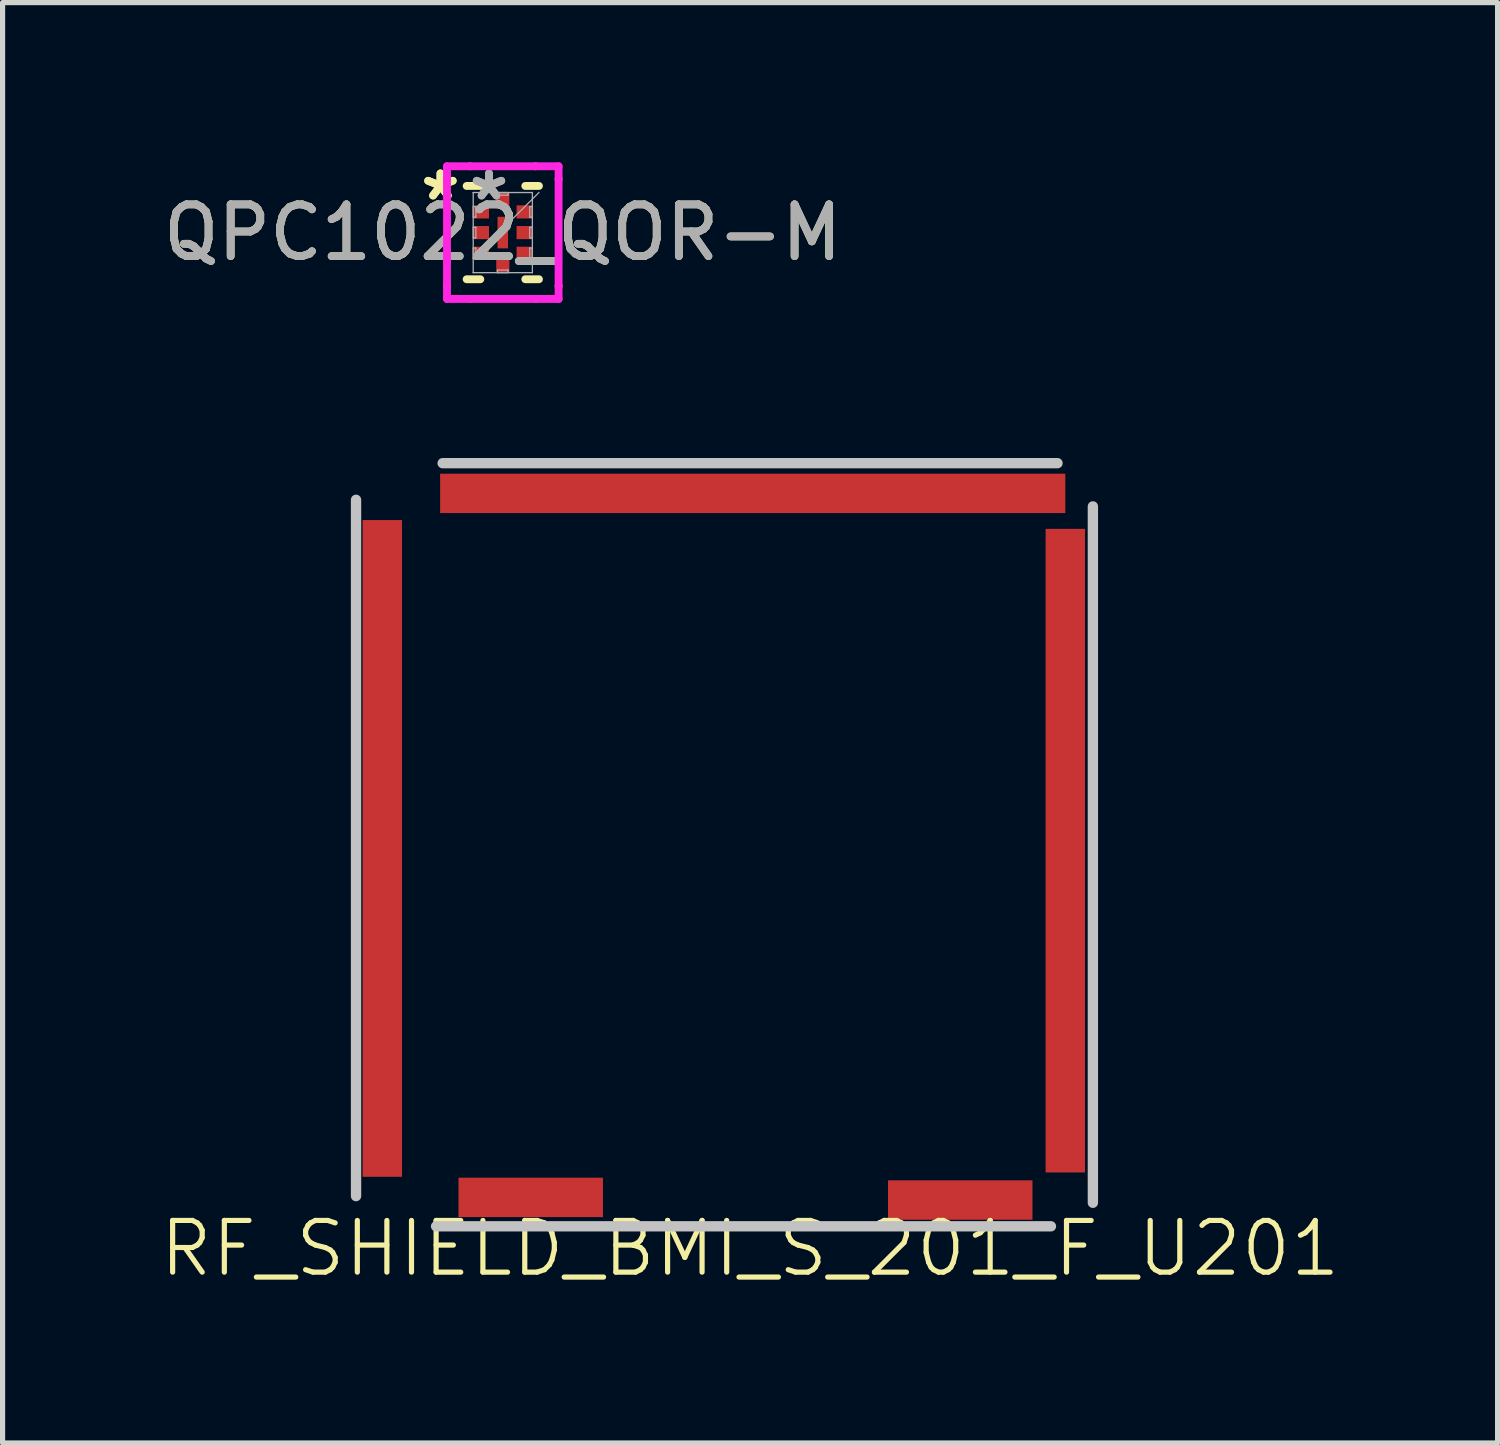
<source format=kicad_pcb>
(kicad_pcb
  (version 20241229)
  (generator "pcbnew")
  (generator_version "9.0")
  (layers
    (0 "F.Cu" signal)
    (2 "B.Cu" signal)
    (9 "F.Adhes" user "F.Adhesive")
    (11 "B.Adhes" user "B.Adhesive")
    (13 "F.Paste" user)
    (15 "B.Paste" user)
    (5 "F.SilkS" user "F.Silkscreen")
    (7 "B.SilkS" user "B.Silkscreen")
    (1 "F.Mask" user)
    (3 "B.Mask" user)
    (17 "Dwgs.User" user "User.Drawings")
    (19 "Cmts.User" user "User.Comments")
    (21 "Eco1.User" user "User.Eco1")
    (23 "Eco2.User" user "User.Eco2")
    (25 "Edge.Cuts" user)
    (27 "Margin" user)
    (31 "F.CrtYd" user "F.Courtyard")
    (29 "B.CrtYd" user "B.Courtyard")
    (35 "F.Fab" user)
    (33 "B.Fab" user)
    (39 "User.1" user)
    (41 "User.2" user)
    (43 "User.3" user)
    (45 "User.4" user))
  (footprint "QPC1022_QOR-M"
    (layer "F.Cu")
    (at 6.673 1.448)
    (property "Reference" "QPC1022_QOR-M" (at 0 0 0) (unlocked yes) (layer "F.SilkS") (effects (font (size 1 1) (thickness 0.15))))
    (attr smd)
    (fp_line (start -0.699 0.902) (end -0.435 0.902) (stroke (width 0.152) (type solid)) (layer "F.SilkS"))
    (fp_line (start -0.435 -0.902) (end -0.699 -0.902) (stroke (width 0.152) (type solid)) (layer "F.SilkS"))
    (fp_line (start 0.435 0.902) (end 0.699 0.902) (stroke (width 0.152) (type solid)) (layer "F.SilkS"))
    (fp_line (start 0.699 -0.902) (end 0.435 -0.902) (stroke (width 0.152) (type solid)) (layer "F.SilkS"))
    (fp_line (start -1.079 -1.283) (end -0.635 -1.283) (stroke (width 0.152) (type solid)) (layer "F.CrtYd"))
    (fp_line (start -1.079 -1.035) (end -1.079 -1.283) (stroke (width 0.152) (type solid)) (layer "F.CrtYd"))
    (fp_line (start -1.079 -1.035) (end -1.079 -1.035) (stroke (width 0.152) (type solid)) (layer "F.CrtYd"))
    (fp_line (start -1.079 1.035) (end -1.079 -1.035) (stroke (width 0.152) (type solid)) (layer "F.CrtYd"))
    (fp_line (start -1.079 1.035) (end -1.079 1.035) (stroke (width 0.152) (type solid)) (layer "F.CrtYd"))
    (fp_line (start -1.079 1.283) (end -1.079 1.035) (stroke (width 0.152) (type solid)) (layer "F.CrtYd"))
    (fp_line (start -0.635 -1.283) (end -0.635 -1.283) (stroke (width 0.152) (type solid)) (layer "F.CrtYd"))
    (fp_line (start -0.635 -1.283) (end 0.635 -1.283) (stroke (width 0.152) (type solid)) (layer "F.CrtYd"))
    (fp_line (start -0.635 1.283) (end -1.079 1.283) (stroke (width 0.152) (type solid)) (layer "F.CrtYd"))
    (fp_line (start -0.635 1.283) (end -0.635 1.283) (stroke (width 0.152) (type solid)) (layer "F.CrtYd"))
    (fp_line (start 0.635 -1.283) (end 0.635 -1.283) (stroke (width 0.152) (type solid)) (layer "F.CrtYd"))
    (fp_line (start 0.635 -1.283) (end 1.079 -1.283) (stroke (width 0.152) (type solid)) (layer "F.CrtYd"))
    (fp_line (start 0.635 1.283) (end -0.635 1.283) (stroke (width 0.152) (type solid)) (layer "F.CrtYd"))
    (fp_line (start 0.635 1.283) (end 0.635 1.283) (stroke (width 0.152) (type solid)) (layer "F.CrtYd"))
    (fp_line (start 1.079 -1.283) (end 1.079 -1.035) (stroke (width 0.152) (type solid)) (layer "F.CrtYd"))
    (fp_line (start 1.079 -1.035) (end 1.079 -1.035) (stroke (width 0.152) (type solid)) (layer "F.CrtYd"))
    (fp_line (start 1.079 -1.035) (end 1.079 1.035) (stroke (width 0.152) (type solid)) (layer "F.CrtYd"))
    (fp_line (start 1.079 1.035) (end 1.079 1.035) (stroke (width 0.152) (type solid)) (layer "F.CrtYd"))
    (fp_line (start 1.079 1.035) (end 1.079 1.283) (stroke (width 0.152) (type solid)) (layer "F.CrtYd"))
    (fp_line (start 1.079 1.283) (end 0.635 1.283) (stroke (width 0.152) (type solid)) (layer "F.CrtYd"))
    (fp_line (start -0.572 -0.775) (end -0.572 -0.775) (stroke (width 0.025) (type solid)) (layer "F.Fab"))
    (fp_line (start -0.572 -0.775) (end -0.572 0.775) (stroke (width 0.025) (type solid)) (layer "F.Fab"))
    (fp_line (start -0.572 -0.502) (end -0.521 -0.502) (stroke (width 0.025) (type solid)) (layer "F.Fab"))
    (fp_line (start -0.572 -0.298) (end -0.572 -0.502) (stroke (width 0.025) (type solid)) (layer "F.Fab"))
    (fp_line (start -0.572 -0.102) (end -0.521 -0.102) (stroke (width 0.025) (type solid)) (layer "F.Fab"))
    (fp_line (start -0.572 0.102) (end -0.572 -0.102) (stroke (width 0.025) (type solid)) (layer "F.Fab"))
    (fp_line (start -0.572 0.298) (end -0.521 0.298) (stroke (width 0.025) (type solid)) (layer "F.Fab"))
    (fp_line (start -0.572 0.495) (end 0.699 -0.775) (stroke (width 0.025) (type solid)) (layer "F.Fab"))
    (fp_line (start -0.572 0.502) (end -0.572 0.298) (stroke (width 0.025) (type solid)) (layer "F.Fab"))
    (fp_line (start -0.572 0.775) (end -0.572 0.775) (stroke (width 0.025) (type solid)) (layer "F.Fab"))
    (fp_line (start -0.572 0.775) (end 0.572 0.775) (stroke (width 0.025) (type solid)) (layer "F.Fab"))
    (fp_line (start -0.521 -0.502) (end -0.521 -0.298) (stroke (width 0.025) (type solid)) (layer "F.Fab"))
    (fp_line (start -0.521 -0.298) (end -0.572 -0.298) (stroke (width 0.025) (type solid)) (layer "F.Fab"))
    (fp_line (start -0.521 -0.102) (end -0.521 0.102) (stroke (width 0.025) (type solid)) (layer "F.Fab"))
    (fp_line (start -0.521 0.102) (end -0.572 0.102) (stroke (width 0.025) (type solid)) (layer "F.Fab"))
    (fp_line (start -0.521 0.298) (end -0.521 0.502) (stroke (width 0.025) (type solid)) (layer "F.Fab"))
    (fp_line (start -0.521 0.502) (end -0.572 0.502) (stroke (width 0.025) (type solid)) (layer "F.Fab"))
    (fp_line (start -0.102 -0.775) (end 0.102 -0.775) (stroke (width 0.025) (type solid)) (layer "F.Fab"))
    (fp_line (start -0.102 -0.724) (end -0.102 -0.775) (stroke (width 0.025) (type solid)) (layer "F.Fab"))
    (fp_line (start -0.102 0.724) (end 0.102 0.724) (stroke (width 0.025) (type solid)) (layer "F.Fab"))
    (fp_line (start -0.102 0.775) (end -0.102 0.724) (stroke (width 0.025) (type solid)) (layer "F.Fab"))
    (fp_line (start 0.102 -0.775) (end 0.102 -0.724) (stroke (width 0.025) (type solid)) (layer "F.Fab"))
    (fp_line (start 0.102 -0.724) (end -0.102 -0.724) (stroke (width 0.025) (type solid)) (layer "F.Fab"))
    (fp_line (start 0.102 0.724) (end 0.102 0.775) (stroke (width 0.025) (type solid)) (layer "F.Fab"))
    (fp_line (start 0.102 0.775) (end -0.102 0.775) (stroke (width 0.025) (type solid)) (layer "F.Fab"))
    (fp_line (start 0.521 -0.502) (end 0.572 -0.502) (stroke (width 0.025) (type solid)) (layer "F.Fab"))
    (fp_line (start 0.521 -0.298) (end 0.521 -0.502) (stroke (width 0.025) (type solid)) (layer "F.Fab"))
    (fp_line (start 0.521 -0.102) (end 0.572 -0.102) (stroke (width 0.025) (type solid)) (layer "F.Fab"))
    (fp_line (start 0.521 0.102) (end 0.521 -0.102) (stroke (width 0.025) (type solid)) (layer "F.Fab"))
    (fp_line (start 0.521 0.298) (end 0.572 0.298) (stroke (width 0.025) (type solid)) (layer "F.Fab"))
    (fp_line (start 0.521 0.502) (end 0.521 0.298) (stroke (width 0.025) (type solid)) (layer "F.Fab"))
    (fp_line (start 0.572 -0.775) (end -0.572 -0.775) (stroke (width 0.025) (type solid)) (layer "F.Fab"))
    (fp_line (start 0.572 -0.775) (end 0.572 -0.775) (stroke (width 0.025) (type solid)) (layer "F.Fab"))
    (fp_line (start 0.572 -0.502) (end 0.572 -0.298) (stroke (width 0.025) (type solid)) (layer "F.Fab"))
    (fp_line (start 0.572 -0.298) (end 0.521 -0.298) (stroke (width 0.025) (type solid)) (layer "F.Fab"))
    (fp_line (start 0.572 -0.102) (end 0.572 0.102) (stroke (width 0.025) (type solid)) (layer "F.Fab"))
    (fp_line (start 0.572 0.102) (end 0.521 0.102) (stroke (width 0.025) (type solid)) (layer "F.Fab"))
    (fp_line (start 0.572 0.298) (end 0.572 0.502) (stroke (width 0.025) (type solid)) (layer "F.Fab"))
    (fp_line (start 0.572 0.502) (end 0.521 0.502) (stroke (width 0.025) (type solid)) (layer "F.Fab"))
    (fp_line (start 0.572 0.775) (end 0.572 -0.775) (stroke (width 0.025) (type solid)) (layer "F.Fab"))
    (fp_line (start 0.572 0.775) (end 0.572 0.775) (stroke (width 0.025) (type solid)) (layer "F.Fab"))
    (fp_text user "*" (at -1.206 -0.6 0) (unlocked yes) (layer "F.SilkS") (effects (font (size 1 1) (thickness 0.15))))
    (fp_text user "*" (at -1.206 -0.6 0) (layer "F.SilkS") (effects (font (size 1 1) (thickness 0.15))))
    (fp_text user "*" (at -0.267 -0.6 0) (unlocked yes) (layer "F.Fab") (effects (font (size 1 1) (thickness 0.15))))
    (fp_text user "*" (at -0.267 -0.6 0) (layer "F.Fab") (effects (font (size 1 1) (thickness 0.15))))
    (fp_text user "${REFERENCE}" (at 0 0 0) (unlocked yes) (layer "F.Fab") (effects (font (size 1 1) (thickness 0.15))))
    (pad "1" smd rect (at -0.419 -0.4 90) (size 0.254 0.305) (layers "F.Cu" "F.Mask" "F.Paste"))
    (pad "2" smd rect (at -0.419 0 90) (size 0.254 0.305) (layers "F.Cu" "F.Mask" "F.Paste"))
    (pad "3" smd rect (at -0.419 0.4 90) (size 0.254 0.305) (layers "F.Cu" "F.Mask" "F.Paste"))
    (pad "4" smd rect (at 0 0.622) (size 0.254 0.305) (layers "F.Cu" "F.Mask" "F.Paste"))
    (pad "5" smd rect (at 0.419 0.4 90) (size 0.254 0.305) (layers "F.Cu" "F.Mask" "F.Paste"))
    (pad "6" smd rect (at 0.419 0 90) (size 0.254 0.305) (layers "F.Cu" "F.Mask" "F.Paste"))
    (pad "7" smd rect (at 0.419 -0.4 90) (size 0.254 0.305) (layers "F.Cu" "F.Mask" "F.Paste"))
    (pad "8" smd rect (at 0 -0.622) (size 0.254 0.305) (layers "F.Cu" "F.Mask" "F.Paste"))
    (pad "9" smd rect (at 0 0) (size 0.203 0.61) (layers "F.Cu" "F.Mask" "F.Paste")))
  (footprint "RF_SHIELD_BMI_S_201_F_U201"
    (layer "F.Cu")
    (at 5.359 20.207)
    (property "Reference" "RF_SHIELD_BMI_S_201_F_U201" (at 6.096 0.886 0) (unlocked yes) (layer "F.SilkS") (effects (font (size 1 1) (thickness 0.1))))
    (attr smd)
    (fp_line (start -1.524 -13.592) (end -1.524 -0.127) (stroke (width 0.2) (type default)) (layer "Dwgs.User"))
    (fp_line (start 0.024 0.457) (end 11.914 0.457) (stroke (width 0.2) (type default)) (layer "Dwgs.User"))
    (fp_line (start 0.151 -14.3) (end 12.041 -14.3) (stroke (width 0.2) (type default)) (layer "Dwgs.User"))
    (fp_line (start 12.725 -13.464) (end 12.725 0.002) (stroke (width 0.2) (type default)) (layer "Dwgs.User"))
    (pad "1" smd rect (at 1.854 -0.102) (size 2.794 0.762) (layers "F.Cu" "F.Mask" "F.Paste"))
    (pad "2" smd rect (at -1.016 -6.85 90) (size 12.7 0.762) (layers "F.Cu" "F.Mask" "F.Paste"))
    (pad "3" smd rect (at 6.147 -13.716 180) (size 12.09 0.762) (layers "F.Cu" "F.Mask" "F.Paste"))
    (pad "4" smd rect (at 12.192 -6.807 90) (size 12.446 0.762) (layers "F.Cu" "F.Mask" "F.Paste"))
    (pad "5" smd rect (at 10.16 -0.051) (size 2.794 0.762) (layers "F.Cu" "F.Mask" "F.Paste")))
  (gr_rect
    (start -3 -3)
    (end 25.91 24.854)
    (stroke (width 0.1) (type default))
    (fill no)
    (layer "Edge.Cuts")))
</source>
